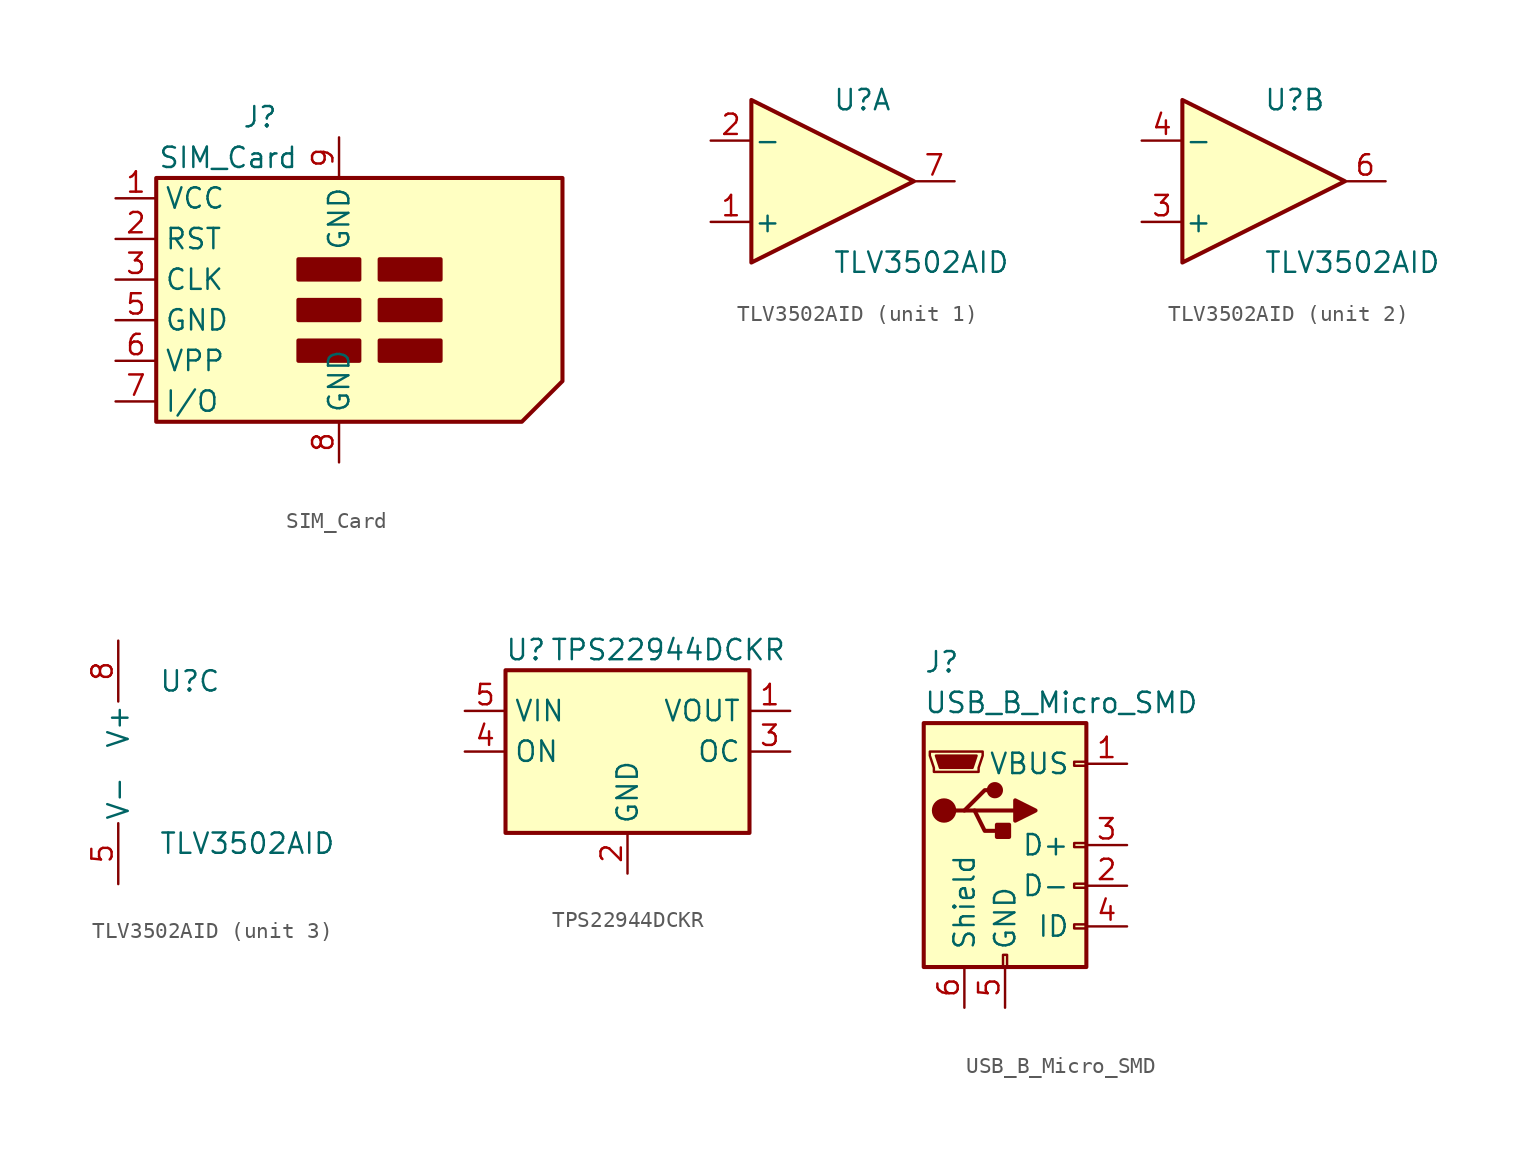
<source format=kicad_sym>
(kicad_symbol_lib
  (version 20201005)
  (generator kicad_symbol_editor)
  (symbol "muonpi-kicad-library:SIM_Card"
    (property "Reference" "J"
      (at -2.54 12.7 0)
      (effects (font (size 1.27 1.27)) (justify right)))
    (property "Value" "SIM_Card"
      (at -1.27 10.16 0)
      (effects (font (size 1.27 1.27)) (justify right)))
    (symbol "SIM_Card_0_0"
      (pin passive line (at 1.27 -8.89 90) (length 2.54) (name "GND" (effects (font (size 1.27 1.27)))) (number "8" (effects (font (size 1.27 1.27))))))
    (symbol "SIM_Card_0_1"
      (rectangle (start -1.27 -2.54) (end 2.54 -1.27) (stroke (width 0.254)) (fill (type outline)))
      (rectangle (start -1.27 0) (end 2.54 1.27) (stroke (width 0.254)) (fill (type outline)))
      (rectangle (start -1.27 2.54) (end 2.54 3.81) (stroke (width 0.254)) (fill (type outline)))
      (rectangle (start 3.81 -1.27) (end 7.62 -2.54) (stroke (width 0.254)) (fill (type outline)))
      (rectangle (start 3.81 0) (end 7.62 1.27) (stroke (width 0.254)) (fill (type outline)))
      (rectangle (start 3.81 2.54) (end 7.62 3.81) (stroke (width 0.254)) (fill (type outline)))
      (polyline (pts (xy -10.16 8.89) (xy 15.24 8.89) (xy 15.24 -3.81) (xy 12.7 -6.35) (xy -10.16 -6.35) (xy -10.16 8.89)) (stroke (width 0.254)) (fill (type background))))
    (symbol "SIM_Card_1_1"
      (pin power_in line (at -12.7 7.62 0) (length 2.54) (name "VCC" (effects (font (size 1.27 1.27)))) (number "1" (effects (font (size 1.27 1.27)))))
      (pin input line (at -12.7 5.08 0) (length 2.54) (name "RST" (effects (font (size 1.27 1.27)))) (number "2" (effects (font (size 1.27 1.27)))))
      (pin input line (at -12.7 2.54 0) (length 2.54) (name "CLK" (effects (font (size 1.27 1.27)))) (number "3" (effects (font (size 1.27 1.27)))))
      (pin power_in line (at -12.7 0 0) (length 2.54) (name "GND" (effects (font (size 1.27 1.27)))) (number "5" (effects (font (size 1.27 1.27)))))
      (pin input line (at -12.7 -2.54 0) (length 2.54) (name "VPP" (effects (font (size 1.27 1.27)))) (number "6" (effects (font (size 1.27 1.27)))))
      (pin bidirectional line (at -12.7 -5.08 0) (length 2.54) (name "I/O" (effects (font (size 1.27 1.27)))) (number "7" (effects (font (size 1.27 1.27)))))
      (pin passive line (at 1.27 11.43 270) (length 2.54) (name "GND" (effects (font (size 1.27 1.27)))) (number "9" (effects (font (size 1.27 1.27)))))))
  (symbol "muonpi-kicad-library:TLV3502AID"
    (pin_names
      (offset 0.127))
    (property "Reference" "U"
      (at 0 5.08 0)
      (effects (font (size 1.27 1.27)) (justify left)))
    (property "Value" "TLV3502AID"
      (at 0 -5.08 0)
      (effects (font (size 1.27 1.27)) (justify left)))
    (property "ki_locked" ""
      (at 0 0 0)
      (effects (font (size 1.27 1.27))))
    (symbol "TLV3502AID_1_1"
      (polyline (pts (xy -5.08 5.08) (xy 5.08 0) (xy -5.08 -5.08) (xy -5.08 5.08)) (stroke (width 0.254)) (fill (type background)))
      (pin input line (at -7.62 -2.54 0) (length 2.54) (name "+" (effects (font (size 1.27 1.27)))) (number "1" (effects (font (size 1.27 1.27)))))
      (pin input line (at -7.62 2.54 0) (length 2.54) (name "-" (effects (font (size 1.27 1.27)))) (number "2" (effects (font (size 1.27 1.27)))))
      (pin output line (at 7.62 0 180) (length 2.54) (name "~" (effects (font (size 1.27 1.27)))) (number "7" (effects (font (size 1.27 1.27))))))
    (symbol "TLV3502AID_2_1"
      (polyline (pts (xy -5.08 5.08) (xy 5.08 0) (xy -5.08 -5.08) (xy -5.08 5.08)) (stroke (width 0.254)) (fill (type background)))
      (pin input line (at -7.62 -2.54 0) (length 2.54) (name "+" (effects (font (size 1.27 1.27)))) (number "3" (effects (font (size 1.27 1.27)))))
      (pin input line (at -7.62 2.54 0) (length 2.54) (name "-" (effects (font (size 1.27 1.27)))) (number "4" (effects (font (size 1.27 1.27)))))
      (pin output line (at 7.62 0 180) (length 2.54) (name "~" (effects (font (size 1.27 1.27)))) (number "6" (effects (font (size 1.27 1.27))))))
    (symbol "TLV3502AID_3_1"
      (pin power_in line (at -2.54 -7.62 90) (length 3.81) (name "V-" (effects (font (size 1.27 1.27)))) (number "5" (effects (font (size 1.27 1.27)))))
      (pin power_in line (at -2.54 7.62 270) (length 3.81) (name "V+" (effects (font (size 1.27 1.27)))) (number "8" (effects (font (size 1.27 1.27)))))))
  (symbol "muonpi-kicad-library:TPS22944DCKR"
    (property "Reference" "U"
      (at -6.35 6.35 0)
      (effects (font (size 1.27 1.27))))
    (property "Value" "TPS22944DCKR"
      (at 2.54 6.35 0)
      (effects (font (size 1.27 1.27))))
    (symbol "TPS22944DCKR_0_1"
      (rectangle (start -7.62 5.08) (end 7.62 -5.08) (stroke (width 0.254)) (fill (type background))))
    (symbol "TPS22944DCKR_1_1"
      (pin power_out line (at 10.16 2.54 180) (length 2.54) (name "VOUT" (effects (font (size 1.27 1.27)))) (number "1" (effects (font (size 1.27 1.27)))))
      (pin power_in line (at 0 -7.62 90) (length 2.54) (name "GND" (effects (font (size 1.27 1.27)))) (number "2" (effects (font (size 1.27 1.27)))))
      (pin open_collector line (at 10.16 0 180) (length 2.54) (name "OC" (effects (font (size 1.27 1.27)))) (number "3" (effects (font (size 1.27 1.27)))))
      (pin input line (at -10.16 0 0) (length 2.54) (name "ON" (effects (font (size 1.27 1.27)))) (number "4" (effects (font (size 1.27 1.27)))))
      (pin power_in line (at -10.16 2.54 0) (length 2.54) (name "VIN" (effects (font (size 1.27 1.27)))) (number "5" (effects (font (size 1.27 1.27)))))))
  (symbol "muonpi-kicad-library:USB_B_Micro_SMD"
    (pin_names
      (offset 1.016))
    (property "Reference" "J"
      (at -5.08 11.43 0)
      (effects (font (size 1.27 1.27)) (justify left)))
    (property "Value" "USB_B_Micro_SMD"
      (at -5.08 8.89 0)
      (effects (font (size 1.27 1.27)) (justify left)))
    (symbol "USB_B_Micro_SMD_0_1"
      (circle (center -3.81 2.159) (radius 0.635) (stroke (width 0.254)) (fill (type outline)))
      (circle (center -0.635 3.429) (radius 0.381) (stroke (width 0.254)) (fill (type outline)))
      (rectangle (start -0.127 -7.62) (end 0.127 -6.858) (stroke (width 0)) (fill (type none)))
      (rectangle (start 5.08 -5.207) (end 4.318 -4.953) (stroke (width 0)) (fill (type none)))
      (rectangle (start 5.08 -2.667) (end 4.318 -2.413) (stroke (width 0)) (fill (type none)))
      (rectangle (start 5.08 -0.127) (end 4.318 0.127) (stroke (width 0)) (fill (type none)))
      (rectangle (start 5.08 4.953) (end 4.318 5.207) (stroke (width 0)) (fill (type none)))
      (rectangle (start 0.254 1.27) (end -0.508 0.508) (stroke (width 0.254)) (fill (type outline)))
      (rectangle (start -5.08 -7.62) (end 5.08 7.62) (stroke (width 0.254)) (fill (type background)))
      (polyline (pts (xy -1.905 2.159) (xy 0.635 2.159)) (stroke (width 0.254)) (fill (type none)))
      (polyline (pts (xy -3.175 2.159) (xy -2.54 2.159) (xy -1.27 3.429) (xy -0.635 3.429)) (stroke (width 0.254)) (fill (type none)))
      (polyline (pts (xy -2.54 2.159) (xy -1.905 2.159) (xy -1.27 0.889) (xy 0 0.889)) (stroke (width 0.254)) (fill (type none)))
      (polyline (pts (xy -4.699 5.842) (xy -4.699 5.588) (xy -4.445 4.826) (xy -4.445 4.572) (xy -1.651 4.572) (xy -1.651 4.826) (xy -1.397 5.588) (xy -1.397 5.842) (xy -4.699 5.842)) (stroke (width 0)) (fill (type none)))
      (polyline (pts (xy 0.635 2.794) (xy 0.635 1.524) (xy 1.905 2.159) (xy 0.635 2.794)) (stroke (width 0.254)) (fill (type outline)))
      (polyline (pts (xy -4.318 5.588) (xy -1.778 5.588) (xy -2.032 4.826) (xy -4.064 4.826) (xy -4.318 5.588)) (stroke (width 0)) (fill (type outline))))
    (symbol "USB_B_Micro_SMD_1_1"
      (pin power_out line (at 7.62 5.08 180) (length 2.54) (name "VBUS" (effects (font (size 1.27 1.27)))) (number "1" (effects (font (size 1.27 1.27)))))
      (pin bidirectional line (at 7.62 -2.54 180) (length 2.54) (name "D-" (effects (font (size 1.27 1.27)))) (number "2" (effects (font (size 1.27 1.27)))))
      (pin bidirectional line (at 7.62 0 180) (length 2.54) (name "D+" (effects (font (size 1.27 1.27)))) (number "3" (effects (font (size 1.27 1.27)))))
      (pin passive line (at 7.62 -5.08 180) (length 2.54) (name "ID" (effects (font (size 1.27 1.27)))) (number "4" (effects (font (size 1.27 1.27)))))
      (pin power_out line (at 0 -10.16 90) (length 2.54) (name "GND" (effects (font (size 1.27 1.27)))) (number "5" (effects (font (size 1.27 1.27)))))
      (pin passive line (at -2.54 -10.16 90) (length 2.54) (name "Shield" (effects (font (size 1.27 1.27)))) (number "6" (effects (font (size 1.27 1.27))))))))
</source>
